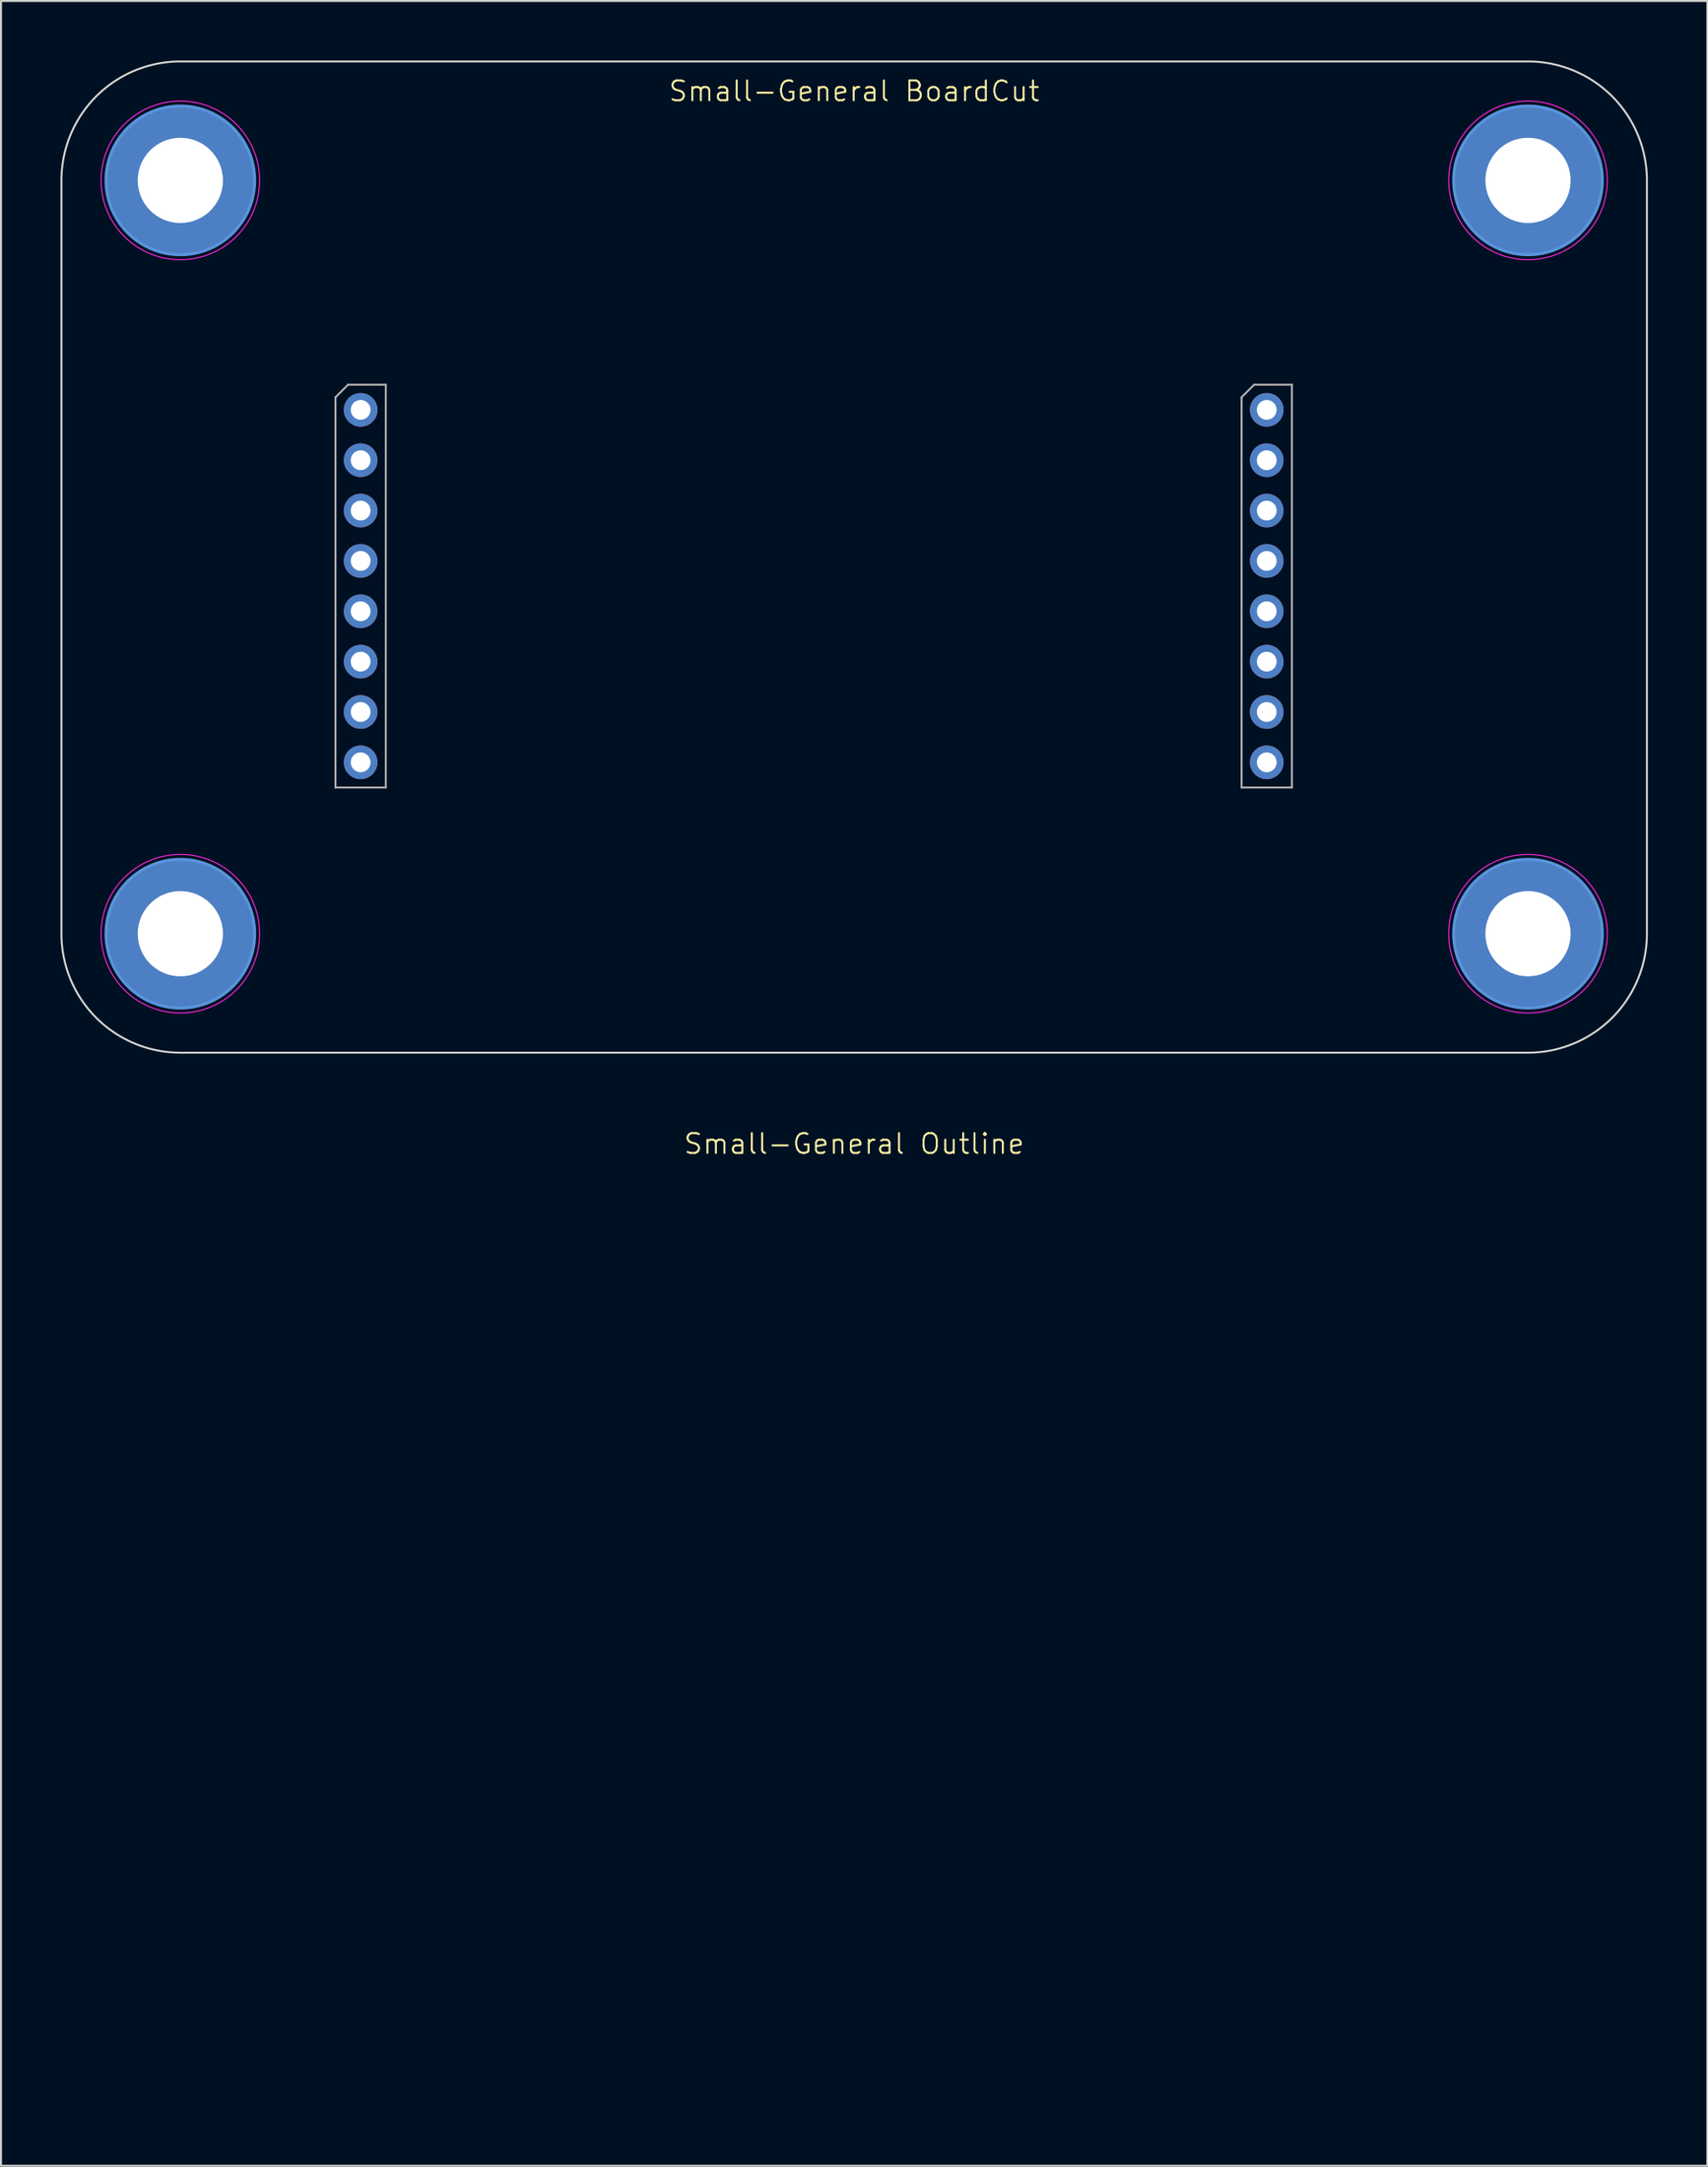
<source format=kicad_pcb>
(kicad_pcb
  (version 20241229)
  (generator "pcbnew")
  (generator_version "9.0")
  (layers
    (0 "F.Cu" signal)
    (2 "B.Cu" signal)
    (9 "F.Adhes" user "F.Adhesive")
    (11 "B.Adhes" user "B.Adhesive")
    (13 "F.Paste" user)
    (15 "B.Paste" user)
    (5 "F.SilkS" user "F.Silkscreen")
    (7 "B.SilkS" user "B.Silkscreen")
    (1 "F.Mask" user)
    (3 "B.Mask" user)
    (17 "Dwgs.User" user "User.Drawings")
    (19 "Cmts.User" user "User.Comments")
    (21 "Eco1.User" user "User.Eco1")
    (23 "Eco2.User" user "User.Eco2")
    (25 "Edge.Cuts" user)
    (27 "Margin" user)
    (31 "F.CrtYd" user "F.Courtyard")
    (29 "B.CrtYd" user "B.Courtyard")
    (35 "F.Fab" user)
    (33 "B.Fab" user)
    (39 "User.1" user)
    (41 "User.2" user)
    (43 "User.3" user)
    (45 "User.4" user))
  (footprint "Small-General BoardCut"
    (layer "F.Cu")
    (at 40.05 25.05)
    (property "Reference" "Small-General BoardCut" (at 0 -23.5 0) (unlocked yes) (layer "F.SilkS") (effects (font (size 1 1) (thickness 0.1))))
    (fp_circle (center -34 -19) (end -30.25 -19) (stroke (width 0.15) (type solid)) (fill no) (layer "Cmts.User"))
    (fp_circle (center -34 19) (end -30.25 19) (stroke (width 0.15) (type solid)) (fill no) (layer "Cmts.User"))
    (fp_circle (center 34 -19) (end 37.75 -19) (stroke (width 0.15) (type solid)) (fill no) (layer "Cmts.User"))
    (fp_circle (center 34 19) (end 37.75 19) (stroke (width 0.15) (type solid)) (fill no) (layer "Cmts.User"))
    (fp_poly (pts (arc (start -40 19) (mid -38.242641 23.242641) (end -34 25)) (arc (start 34 25) (mid 38.242641 23.242641) (end 40 19)) (arc (start 40 -19) (mid 38.242641 -23.242641) (end 34 -25)) (arc (start -34 -25) (mid -38.242641 -23.242641) (end -40 -19))) (stroke (width 0.1) (type solid)) (fill no) (layer "Edge.Cuts"))
    (fp_circle (center -34 -19) (end -30 -19) (stroke (width 0.05) (type solid)) (fill no) (layer "F.CrtYd"))
    (fp_circle (center -34 19) (end -30 19) (stroke (width 0.05) (type solid)) (fill no) (layer "F.CrtYd"))
    (fp_circle (center 34 -19) (end 38 -19) (stroke (width 0.05) (type solid)) (fill no) (layer "F.CrtYd"))
    (fp_circle (center 34 19) (end 38 19) (stroke (width 0.05) (type solid)) (fill no) (layer "F.CrtYd"))
    (fp_line (start -26.173 -8.06) (end -25.538 -8.695) (stroke (width 0.1) (type solid)) (layer "F.Fab"))
    (fp_line (start -26.173 11.625) (end -26.173 -8.06) (stroke (width 0.1) (type solid)) (layer "F.Fab"))
    (fp_line (start -25.538 -8.695) (end -23.633 -8.695) (stroke (width 0.1) (type solid)) (layer "F.Fab"))
    (fp_line (start -23.633 -8.695) (end -23.633 11.625) (stroke (width 0.1) (type solid)) (layer "F.Fab"))
    (fp_line (start -23.633 11.625) (end -26.173 11.625) (stroke (width 0.1) (type solid)) (layer "F.Fab"))
    (fp_line (start 19.547 -8.06) (end 20.182 -8.695) (stroke (width 0.1) (type solid)) (layer "F.Fab"))
    (fp_line (start 19.547 11.625) (end 19.547 -8.06) (stroke (width 0.1) (type solid)) (layer "F.Fab"))
    (fp_line (start 20.182 -8.695) (end 22.087 -8.695) (stroke (width 0.1) (type solid)) (layer "F.Fab"))
    (fp_line (start 22.087 -8.695) (end 22.087 11.625) (stroke (width 0.1) (type solid)) (layer "F.Fab"))
    (fp_line (start 22.087 11.625) (end 19.547 11.625) (stroke (width 0.1) (type solid)) (layer "F.Fab"))
    (fp_line (start -34 -19) (end 34 19) (stroke (width 0.1) (type default)) (layer "User.1"))
    (fp_line (start 34 -19) (end -34 19) (stroke (width 0.1) (type default)) (layer "User.1"))
    (fp_rect (start -40 -19) (end -34 -25) (stroke (width 0.1) (type default)) (fill no) (layer "User.1"))
    (fp_rect (start -40 25) (end -34 19) (stroke (width 0.1) (type default)) (fill no) (layer "User.1"))
    (fp_rect (start 34 -19) (end 40 -25) (stroke (width 0.1) (type default)) (fill no) (layer "User.1"))
    (fp_rect (start 34 25) (end 40 19) (stroke (width 0.1) (type default)) (fill no) (layer "User.1"))
    (fp_line (start 35 10) (end 35 12) (stroke (width 0.1) (type default)) (layer "User.4"))
    (fp_line (start 35 12) (end 36 11) (stroke (width 0.1) (type default)) (layer "User.4"))
    (fp_line (start 36 11) (end 33.5 11) (stroke (width 0.1) (type default)) (layer "User.4"))
    (fp_line (start 36 11) (end 35 10) (stroke (width 0.1) (type default)) (layer "User.4"))
    (fp_text user "USB" (at 31.5 10.5 0) (unlocked yes) (layer "User.4") (effects (font (size 1 1) (thickness 0.15)) (justify left bottom)))
    (pad "G" thru_hole circle (at -34 -19) (size 4.7 4.7) (drill 4.3) (layers "*.Cu" "*.Mask"))
    (pad "G" connect circle (at -34 -19) (size 7.5 7.5) (layers "F.Cu" "F.Mask"))
    (pad "G" connect circle (at -34 -19) (size 7.5 7.5) (layers "B.Cu" "B.Mask"))
    (pad "G" thru_hole circle (at -34 19) (size 4.7 4.7) (drill 4.3) (layers "*.Cu" "*.Mask"))
    (pad "G" connect circle (at -34 19) (size 7.5 7.5) (layers "F.Cu" "F.Mask"))
    (pad "G" connect circle (at -34 19) (size 7.5 7.5) (layers "B.Cu" "B.Mask"))
    (pad "G" thru_hole circle (at 34 -19) (size 4.7 4.7) (drill 4.3) (layers "*.Cu" "*.Mask"))
    (pad "G" connect circle (at 34 -19) (size 7.5 7.5) (layers "F.Cu" "F.Mask"))
    (pad "G" connect circle (at 34 -19) (size 7.5 7.5) (layers "B.Cu" "B.Mask"))
    (pad "G" thru_hole circle (at 34 19) (size 4.7 4.7) (drill 4.3) (layers "*.Cu" "*.Mask"))
    (pad "G" connect circle (at 34 19) (size 7.5 7.5) (layers "F.Cu" "F.Mask"))
    (pad "G" connect circle (at 34 19) (size 7.5 7.5) (layers "B.Cu" "B.Mask"))
    (pad "L1" thru_hole oval (at -24.903 -7.425) (size 1.7 1.7) (drill 1) (layers "*.Cu" "*.Mask"))
    (pad "L2" thru_hole oval (at -24.903 -4.885) (size 1.7 1.7) (drill 1) (layers "*.Cu" "*.Mask"))
    (pad "L3" thru_hole oval (at -24.903 -2.345) (size 1.7 1.7) (drill 1) (layers "*.Cu" "*.Mask"))
    (pad "L4" thru_hole oval (at -24.903 0.195) (size 1.7 1.7) (drill 1) (layers "*.Cu" "*.Mask"))
    (pad "L5" thru_hole oval (at -24.903 2.735) (size 1.7 1.7) (drill 1) (layers "*.Cu" "*.Mask"))
    (pad "L6" thru_hole oval (at -24.903 5.275) (size 1.7 1.7) (drill 1) (layers "*.Cu" "*.Mask"))
    (pad "L7" thru_hole oval (at -24.903 7.815) (size 1.7 1.7) (drill 1) (layers "*.Cu" "*.Mask"))
    (pad "L8" thru_hole oval (at -24.903 10.355) (size 1.7 1.7) (drill 1) (layers "*.Cu" "*.Mask"))
    (pad "R1" thru_hole oval (at 20.817 -7.425) (size 1.7 1.7) (drill 1) (layers "*.Cu" "*.Mask"))
    (pad "R2" thru_hole oval (at 20.817 -4.885) (size 1.7 1.7) (drill 1) (layers "*.Cu" "*.Mask"))
    (pad "R3" thru_hole oval (at 20.817 -2.345) (size 1.7 1.7) (drill 1) (layers "*.Cu" "*.Mask"))
    (pad "R4" thru_hole oval (at 20.817 0.195) (size 1.7 1.7) (drill 1) (layers "*.Cu" "*.Mask"))
    (pad "R5" thru_hole oval (at 20.817 2.735) (size 1.7 1.7) (drill 1) (layers "*.Cu" "*.Mask"))
    (pad "R6" thru_hole oval (at 20.817 5.275) (size 1.7 1.7) (drill 1) (layers "*.Cu" "*.Mask"))
    (pad "R7" thru_hole oval (at 20.817 7.815) (size 1.7 1.7) (drill 1) (layers "*.Cu" "*.Mask"))
    (pad "R8" thru_hole oval (at 20.817 10.355) (size 1.7 1.7) (drill 1) (layers "*.Cu" "*.Mask")))
  (footprint "Small-General Outline"
    (layer "F.Cu")
    (at 40.05 78.15)
    (property "Reference" "Small-General Outline" (at 0 -23.5 0) (unlocked yes) (layer "F.SilkS") (effects (font (size 1 1) (thickness 0.1))))
    (fp_line (start -34 -19) (end 34 19) (stroke (width 0.1) (type default)) (layer "User.1"))
    (fp_line (start 34 -19) (end -34 19) (stroke (width 0.1) (type default)) (layer "User.1"))
    (fp_rect (start -40 -19) (end -34 -25) (stroke (width 0.1) (type default)) (fill no) (layer "User.1"))
    (fp_rect (start -40 25) (end -34 19) (stroke (width 0.1) (type default)) (fill no) (layer "User.1"))
    (fp_rect (start 34 -19) (end 40 -25) (stroke (width 0.1) (type default)) (fill no) (layer "User.1"))
    (fp_rect (start 34 25) (end 40 19) (stroke (width 0.1) (type default)) (fill no) (layer "User.1"))
    (fp_line (start 35 10) (end 35 12) (stroke (width 0.1) (type default)) (layer "User.4"))
    (fp_line (start 35 12) (end 36 11) (stroke (width 0.1) (type default)) (layer "User.4"))
    (fp_line (start 36 11) (end 33.5 11) (stroke (width 0.1) (type default)) (layer "User.4"))
    (fp_line (start 36 11) (end 35 10) (stroke (width 0.1) (type default)) (layer "User.4"))
    (fp_poly (pts (arc (start -40 19) (mid -38.242641 23.242641) (end -34 25)) (arc (start 34 25) (mid 38.242641 23.242641) (end 40 19)) (arc (start 40 -19) (mid 38.242641 -23.242641) (end 34 -25)) (arc (start -34 -25) (mid -38.242641 -23.242641) (end -40 -19))) (stroke (width 0.1) (type solid)) (fill no) (layer "User.4"))
    (fp_text user "USB" (at 31.5 10.5 0) (unlocked yes) (layer "User.4") (effects (font (size 1 1) (thickness 0.15)) (justify left bottom))))
  (gr_rect
    (start -3 -3)
    (end 83.1 106.2)
    (stroke (width 0.1) (type default))
    (fill no)
    (layer "Edge.Cuts")))
</source>
